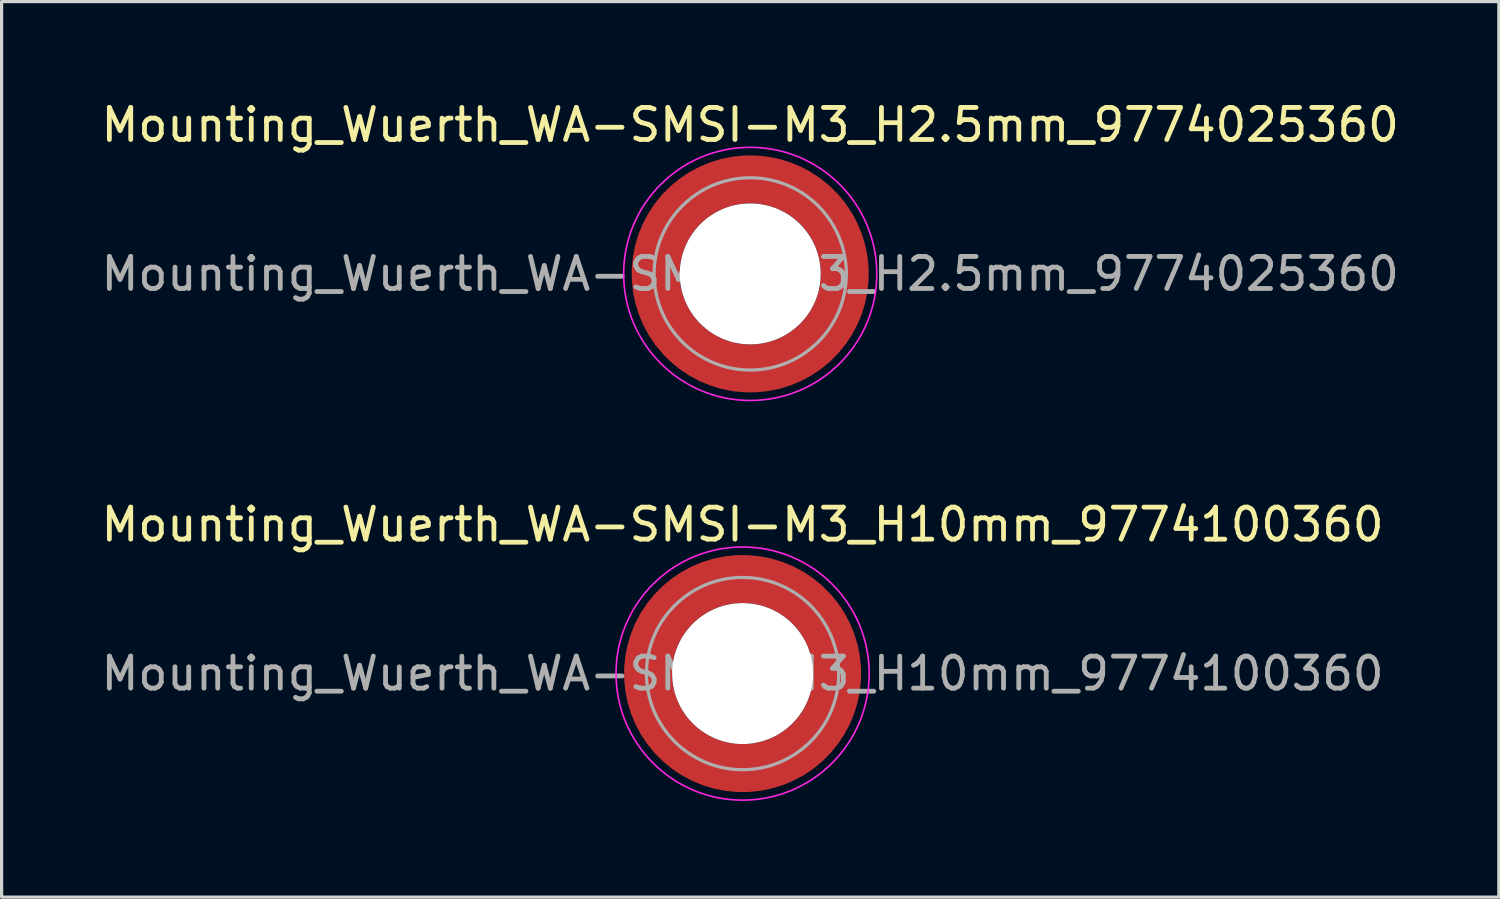
<source format=kicad_pcb>
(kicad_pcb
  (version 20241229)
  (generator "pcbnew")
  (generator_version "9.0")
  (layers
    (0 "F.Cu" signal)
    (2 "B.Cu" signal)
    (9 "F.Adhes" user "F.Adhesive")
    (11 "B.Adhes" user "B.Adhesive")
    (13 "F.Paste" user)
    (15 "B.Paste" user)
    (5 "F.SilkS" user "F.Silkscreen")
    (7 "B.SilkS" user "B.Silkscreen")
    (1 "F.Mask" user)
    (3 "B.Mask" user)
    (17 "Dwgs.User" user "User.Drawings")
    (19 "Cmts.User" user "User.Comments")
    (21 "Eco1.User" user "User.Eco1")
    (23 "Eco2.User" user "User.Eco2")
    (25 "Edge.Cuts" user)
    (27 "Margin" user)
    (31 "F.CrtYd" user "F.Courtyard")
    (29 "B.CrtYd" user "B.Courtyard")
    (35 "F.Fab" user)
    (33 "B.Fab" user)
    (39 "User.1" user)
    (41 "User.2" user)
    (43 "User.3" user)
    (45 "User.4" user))
  (footprint "Mounting_Wuerth_WA-SMSI-M3_H2.5mm_9774025360"
    (layer "F.Cu")
    (at 20.363 5.498)
    (property "Reference" "Mounting_Wuerth_WA-SMSI-M3_H2.5mm_9774025360" (at 0 -4.65 0) (layer "F.SilkS") (effects (font (size 1 1) (thickness 0.15))))
    (attr smd allow_soldermask_bridges)
    (fp_circle (center 0 0) (end 3.95 0) (stroke (width 0.05) (type solid)) (fill no) (layer "F.CrtYd"))
    (fp_circle (center 0 0) (end 3 0) (stroke (width 0.1) (type solid)) (fill no) (layer "F.Fab"))
    (fp_text user "${REFERENCE}" (at 0 0 0) (layer "F.Fab") (effects (font (size 1 1) (thickness 0.15))))
    (pad "" smd custom (at -2.058 -2.058) (size 0.55 0.55) (layers "F.Paste") (options (anchor circle)) (primitives (gr_arc (start -0.377294 1.707681) (mid 0.318198 0.318198) (end 1.707681 -0.377294) (width 0.2)) (gr_arc (start -0.478281 1.707681) (mid 0.247487 0.247487) (end 1.707681 -0.478281) (width 0.2)) (gr_arc (start -0.579192 1.707681) (mid 0.176777 0.176777) (end 1.707681 -0.579192) (width 0.2)) (gr_arc (start -0.680037 1.707681) (mid 0.106066 0.106066) (end 1.707681 -0.680037) (width 0.2)) (gr_arc (start -0.780822 1.707681) (mid 0.035355 0.035355) (end 1.707681 -0.780822) (width 0.2)) (gr_arc (start -0.881554 1.707681) (mid -0.035355 -0.035355) (end 1.707681 -0.881554) (width 0.2)) (gr_arc (start -0.982237 1.707681) (mid -0.106066 -0.106066) (end 1.707681 -0.982237) (width 0.2)) (gr_arc (start -1.082877 1.707681) (mid -0.176777 -0.176777) (end 1.707681 -1.082877) (width 0.2)) (gr_arc (start -1.183476 1.707681) (mid -0.247487 -0.247487) (end 1.707681 -1.183476) (width 0.2)) (gr_arc (start -1.28404 1.707681) (mid -0.318198 -0.318198) (end 1.707681 -1.28404) (width 0.2)) (gr_line (start 1.708 -0.377) (end 1.708 -1.284) (width 0.2)) (gr_line (start -0.377 1.708) (end -1.284 1.708) (width 0.2))))
    (pad "" smd custom (at -2.058 2.058) (size 0.55 0.55) (layers "F.Paste") (options (anchor circle)) (primitives (gr_arc (start 1.707681 0.377294) (mid 0.318198 -0.318198) (end -0.377294 -1.707681) (width 0.2)) (gr_arc (start 1.707681 0.478281) (mid 0.247487 -0.247487) (end -0.478281 -1.707681) (width 0.2)) (gr_arc (start 1.707681 0.579192) (mid 0.176777 -0.176777) (end -0.579192 -1.707681) (width 0.2)) (gr_arc (start 1.707681 0.680037) (mid 0.106066 -0.106066) (end -0.680037 -1.707681) (width 0.2)) (gr_arc (start 1.707681 0.780822) (mid 0.035355 -0.035355) (end -0.780822 -1.707681) (width 0.2)) (gr_arc (start 1.707681 0.881554) (mid -0.035355 0.035355) (end -0.881554 -1.707681) (width 0.2)) (gr_arc (start 1.707681 0.982237) (mid -0.106066 0.106066) (end -0.982237 -1.707681) (width 0.2)) (gr_arc (start 1.707681 1.082877) (mid -0.176777 0.176777) (end -1.082877 -1.707681) (width 0.2)) (gr_arc (start 1.707681 1.183476) (mid -0.247487 0.247487) (end -1.183476 -1.707681) (width 0.2)) (gr_arc (start 1.707681 1.28404) (mid -0.318198 0.318198) (end -1.28404 -1.707681) (width 0.2)) (gr_line (start -0.377 -1.708) (end -1.284 -1.708) (width 0.2)) (gr_line (start 1.708 0.377) (end 1.708 1.284) (width 0.2))))
    (pad "" np_thru_hole circle (at 0 0) (size 4.4 4.4) (drill 4.4) (layers "*.Cu" "*.Mask"))
    (pad "" smd custom (at 2.058 -2.058) (size 0.55 0.55) (layers "F.Paste") (options (anchor circle)) (primitives (gr_arc (start -1.707681 -0.377294) (mid -0.318198 0.318198) (end 0.377294 1.707681) (width 0.2)) (gr_arc (start -1.707681 -0.478281) (mid -0.247487 0.247487) (end 0.478281 1.707681) (width 0.2)) (gr_arc (start -1.707681 -0.579192) (mid -0.176777 0.176777) (end 0.579192 1.707681) (width 0.2)) (gr_arc (start -1.707681 -0.680037) (mid -0.106066 0.106066) (end 0.680037 1.707681) (width 0.2)) (gr_arc (start -1.707681 -0.780822) (mid -0.035355 0.035355) (end 0.780822 1.707681) (width 0.2)) (gr_arc (start -1.707681 -0.881554) (mid 0.035355 -0.035355) (end 0.881554 1.707681) (width 0.2)) (gr_arc (start -1.707681 -0.982237) (mid 0.106066 -0.106066) (end 0.982237 1.707681) (width 0.2)) (gr_arc (start -1.707681 -1.082877) (mid 0.176777 -0.176777) (end 1.082877 1.707681) (width 0.2)) (gr_arc (start -1.707681 -1.183476) (mid 0.247487 -0.247487) (end 1.183476 1.707681) (width 0.2)) (gr_arc (start -1.707681 -1.28404) (mid 0.318198 -0.318198) (end 1.28404 1.707681) (width 0.2)) (gr_line (start 0.377 1.708) (end 1.284 1.708) (width 0.2)) (gr_line (start -1.708 -0.377) (end -1.708 -1.284) (width 0.2))))
    (pad "" smd custom (at 2.058 2.058) (size 0.55 0.55) (layers "F.Paste") (options (anchor circle)) (primitives (gr_arc (start 0.377294 -1.707681) (mid -0.318198 -0.318198) (end -1.707681 0.377294) (width 0.2)) (gr_arc (start 0.478281 -1.707681) (mid -0.247487 -0.247487) (end -1.707681 0.478281) (width 0.2)) (gr_arc (start 0.579192 -1.707681) (mid -0.176777 -0.176777) (end -1.707681 0.579192) (width 0.2)) (gr_arc (start 0.680037 -1.707681) (mid -0.106066 -0.106066) (end -1.707681 0.680037) (width 0.2)) (gr_arc (start 0.780822 -1.707681) (mid -0.035355 -0.035355) (end -1.707681 0.780822) (width 0.2)) (gr_arc (start 0.881554 -1.707681) (mid 0.035355 0.035355) (end -1.707681 0.881554) (width 0.2)) (gr_arc (start 0.982237 -1.707681) (mid 0.106066 0.106066) (end -1.707681 0.982237) (width 0.2)) (gr_arc (start 1.082877 -1.707681) (mid 0.176777 0.176777) (end -1.707681 1.082877) (width 0.2)) (gr_arc (start 1.183476 -1.707681) (mid 0.247487 0.247487) (end -1.707681 1.183476) (width 0.2)) (gr_arc (start 1.28404 -1.707681) (mid 0.318198 0.318198) (end -1.707681 1.28404) (width 0.2)) (gr_line (start -1.708 0.377) (end -1.708 1.284) (width 0.2)) (gr_line (start 0.377 -1.708) (end 1.284 -1.708) (width 0.2))))
    (pad "1" smd circle (at -2.95 0) (size 0.992 0.992) (layers "F.Cu"))
    (pad "1" smd circle (at 0 -2.95) (size 0.992 0.992) (layers "F.Cu"))
    (pad "1" smd circle (at 0 2.95) (size 0.992 0.992) (layers "F.Cu"))
    (pad "1" smd custom (at 2.95 0) (size 1.5 1.5) (layers "F.Cu" "F.Mask") (options (anchor circle)) (primitives (gr_circle (center -2.95 0) (end 0 0) (width 1.5) (fill no)))))
  (footprint "Mounting_Wuerth_WA-SMSI-M3_H10mm_9774100360"
    (layer "F.Cu")
    (at 20.125 17.971)
    (property "Reference" "Mounting_Wuerth_WA-SMSI-M3_H10mm_9774100360" (at 0 -4.65 0) (layer "F.SilkS") (effects (font (size 1 1) (thickness 0.15))))
    (attr smd allow_soldermask_bridges)
    (fp_circle (center 0 0) (end 3.95 0) (stroke (width 0.05) (type solid)) (fill no) (layer "F.CrtYd"))
    (fp_circle (center 0 0) (end 3 0) (stroke (width 0.1) (type solid)) (fill no) (layer "F.Fab"))
    (fp_text user "${REFERENCE}" (at 0 0 0) (layer "F.Fab") (effects (font (size 1 1) (thickness 0.15))))
    (pad "" smd custom (at -2.058 -2.058) (size 0.55 0.55) (layers "F.Paste") (options (anchor circle)) (primitives (gr_arc (start -0.377294 1.707681) (mid 0.318198 0.318198) (end 1.707681 -0.377294) (width 0.2)) (gr_arc (start -0.478281 1.707681) (mid 0.247487 0.247487) (end 1.707681 -0.478281) (width 0.2)) (gr_arc (start -0.579192 1.707681) (mid 0.176777 0.176777) (end 1.707681 -0.579192) (width 0.2)) (gr_arc (start -0.680037 1.707681) (mid 0.106066 0.106066) (end 1.707681 -0.680037) (width 0.2)) (gr_arc (start -0.780822 1.707681) (mid 0.035355 0.035355) (end 1.707681 -0.780822) (width 0.2)) (gr_arc (start -0.881554 1.707681) (mid -0.035355 -0.035355) (end 1.707681 -0.881554) (width 0.2)) (gr_arc (start -0.982237 1.707681) (mid -0.106066 -0.106066) (end 1.707681 -0.982237) (width 0.2)) (gr_arc (start -1.082877 1.707681) (mid -0.176777 -0.176777) (end 1.707681 -1.082877) (width 0.2)) (gr_arc (start -1.183476 1.707681) (mid -0.247487 -0.247487) (end 1.707681 -1.183476) (width 0.2)) (gr_arc (start -1.28404 1.707681) (mid -0.318198 -0.318198) (end 1.707681 -1.28404) (width 0.2)) (gr_line (start 1.708 -0.377) (end 1.708 -1.284) (width 0.2)) (gr_line (start -0.377 1.708) (end -1.284 1.708) (width 0.2))))
    (pad "" smd custom (at -2.058 2.058) (size 0.55 0.55) (layers "F.Paste") (options (anchor circle)) (primitives (gr_arc (start 1.707681 0.377294) (mid 0.318198 -0.318198) (end -0.377294 -1.707681) (width 0.2)) (gr_arc (start 1.707681 0.478281) (mid 0.247487 -0.247487) (end -0.478281 -1.707681) (width 0.2)) (gr_arc (start 1.707681 0.579192) (mid 0.176777 -0.176777) (end -0.579192 -1.707681) (width 0.2)) (gr_arc (start 1.707681 0.680037) (mid 0.106066 -0.106066) (end -0.680037 -1.707681) (width 0.2)) (gr_arc (start 1.707681 0.780822) (mid 0.035355 -0.035355) (end -0.780822 -1.707681) (width 0.2)) (gr_arc (start 1.707681 0.881554) (mid -0.035355 0.035355) (end -0.881554 -1.707681) (width 0.2)) (gr_arc (start 1.707681 0.982237) (mid -0.106066 0.106066) (end -0.982237 -1.707681) (width 0.2)) (gr_arc (start 1.707681 1.082877) (mid -0.176777 0.176777) (end -1.082877 -1.707681) (width 0.2)) (gr_arc (start 1.707681 1.183476) (mid -0.247487 0.247487) (end -1.183476 -1.707681) (width 0.2)) (gr_arc (start 1.707681 1.28404) (mid -0.318198 0.318198) (end -1.28404 -1.707681) (width 0.2)) (gr_line (start -0.377 -1.708) (end -1.284 -1.708) (width 0.2)) (gr_line (start 1.708 0.377) (end 1.708 1.284) (width 0.2))))
    (pad "" np_thru_hole circle (at 0 0) (size 4.4 4.4) (drill 4.4) (layers "*.Cu" "*.Mask"))
    (pad "" smd custom (at 2.058 -2.058) (size 0.55 0.55) (layers "F.Paste") (options (anchor circle)) (primitives (gr_arc (start -1.707681 -0.377294) (mid -0.318198 0.318198) (end 0.377294 1.707681) (width 0.2)) (gr_arc (start -1.707681 -0.478281) (mid -0.247487 0.247487) (end 0.478281 1.707681) (width 0.2)) (gr_arc (start -1.707681 -0.579192) (mid -0.176777 0.176777) (end 0.579192 1.707681) (width 0.2)) (gr_arc (start -1.707681 -0.680037) (mid -0.106066 0.106066) (end 0.680037 1.707681) (width 0.2)) (gr_arc (start -1.707681 -0.780822) (mid -0.035355 0.035355) (end 0.780822 1.707681) (width 0.2)) (gr_arc (start -1.707681 -0.881554) (mid 0.035355 -0.035355) (end 0.881554 1.707681) (width 0.2)) (gr_arc (start -1.707681 -0.982237) (mid 0.106066 -0.106066) (end 0.982237 1.707681) (width 0.2)) (gr_arc (start -1.707681 -1.082877) (mid 0.176777 -0.176777) (end 1.082877 1.707681) (width 0.2)) (gr_arc (start -1.707681 -1.183476) (mid 0.247487 -0.247487) (end 1.183476 1.707681) (width 0.2)) (gr_arc (start -1.707681 -1.28404) (mid 0.318198 -0.318198) (end 1.28404 1.707681) (width 0.2)) (gr_line (start 0.377 1.708) (end 1.284 1.708) (width 0.2)) (gr_line (start -1.708 -0.377) (end -1.708 -1.284) (width 0.2))))
    (pad "" smd custom (at 2.058 2.058) (size 0.55 0.55) (layers "F.Paste") (options (anchor circle)) (primitives (gr_arc (start 0.377294 -1.707681) (mid -0.318198 -0.318198) (end -1.707681 0.377294) (width 0.2)) (gr_arc (start 0.478281 -1.707681) (mid -0.247487 -0.247487) (end -1.707681 0.478281) (width 0.2)) (gr_arc (start 0.579192 -1.707681) (mid -0.176777 -0.176777) (end -1.707681 0.579192) (width 0.2)) (gr_arc (start 0.680037 -1.707681) (mid -0.106066 -0.106066) (end -1.707681 0.680037) (width 0.2)) (gr_arc (start 0.780822 -1.707681) (mid -0.035355 -0.035355) (end -1.707681 0.780822) (width 0.2)) (gr_arc (start 0.881554 -1.707681) (mid 0.035355 0.035355) (end -1.707681 0.881554) (width 0.2)) (gr_arc (start 0.982237 -1.707681) (mid 0.106066 0.106066) (end -1.707681 0.982237) (width 0.2)) (gr_arc (start 1.082877 -1.707681) (mid 0.176777 0.176777) (end -1.707681 1.082877) (width 0.2)) (gr_arc (start 1.183476 -1.707681) (mid 0.247487 0.247487) (end -1.707681 1.183476) (width 0.2)) (gr_arc (start 1.28404 -1.707681) (mid 0.318198 0.318198) (end -1.707681 1.28404) (width 0.2)) (gr_line (start -1.708 0.377) (end -1.708 1.284) (width 0.2)) (gr_line (start 0.377 -1.708) (end 1.284 -1.708) (width 0.2))))
    (pad "1" smd circle (at -2.95 0) (size 0.992 0.992) (layers "F.Cu"))
    (pad "1" smd circle (at 0 -2.95) (size 0.992 0.992) (layers "F.Cu"))
    (pad "1" smd circle (at 0 2.95) (size 0.992 0.992) (layers "F.Cu"))
    (pad "1" smd custom (at 2.95 0) (size 1.5 1.5) (layers "F.Cu" "F.Mask") (options (anchor circle)) (primitives (gr_circle (center -2.95 0) (end 0 0) (width 1.5) (fill no)))))
  (gr_rect
    (start -3 -3)
    (end 43.726 24.947)
    (stroke (width 0.1) (type default))
    (fill no)
    (layer "Edge.Cuts")))
</source>
